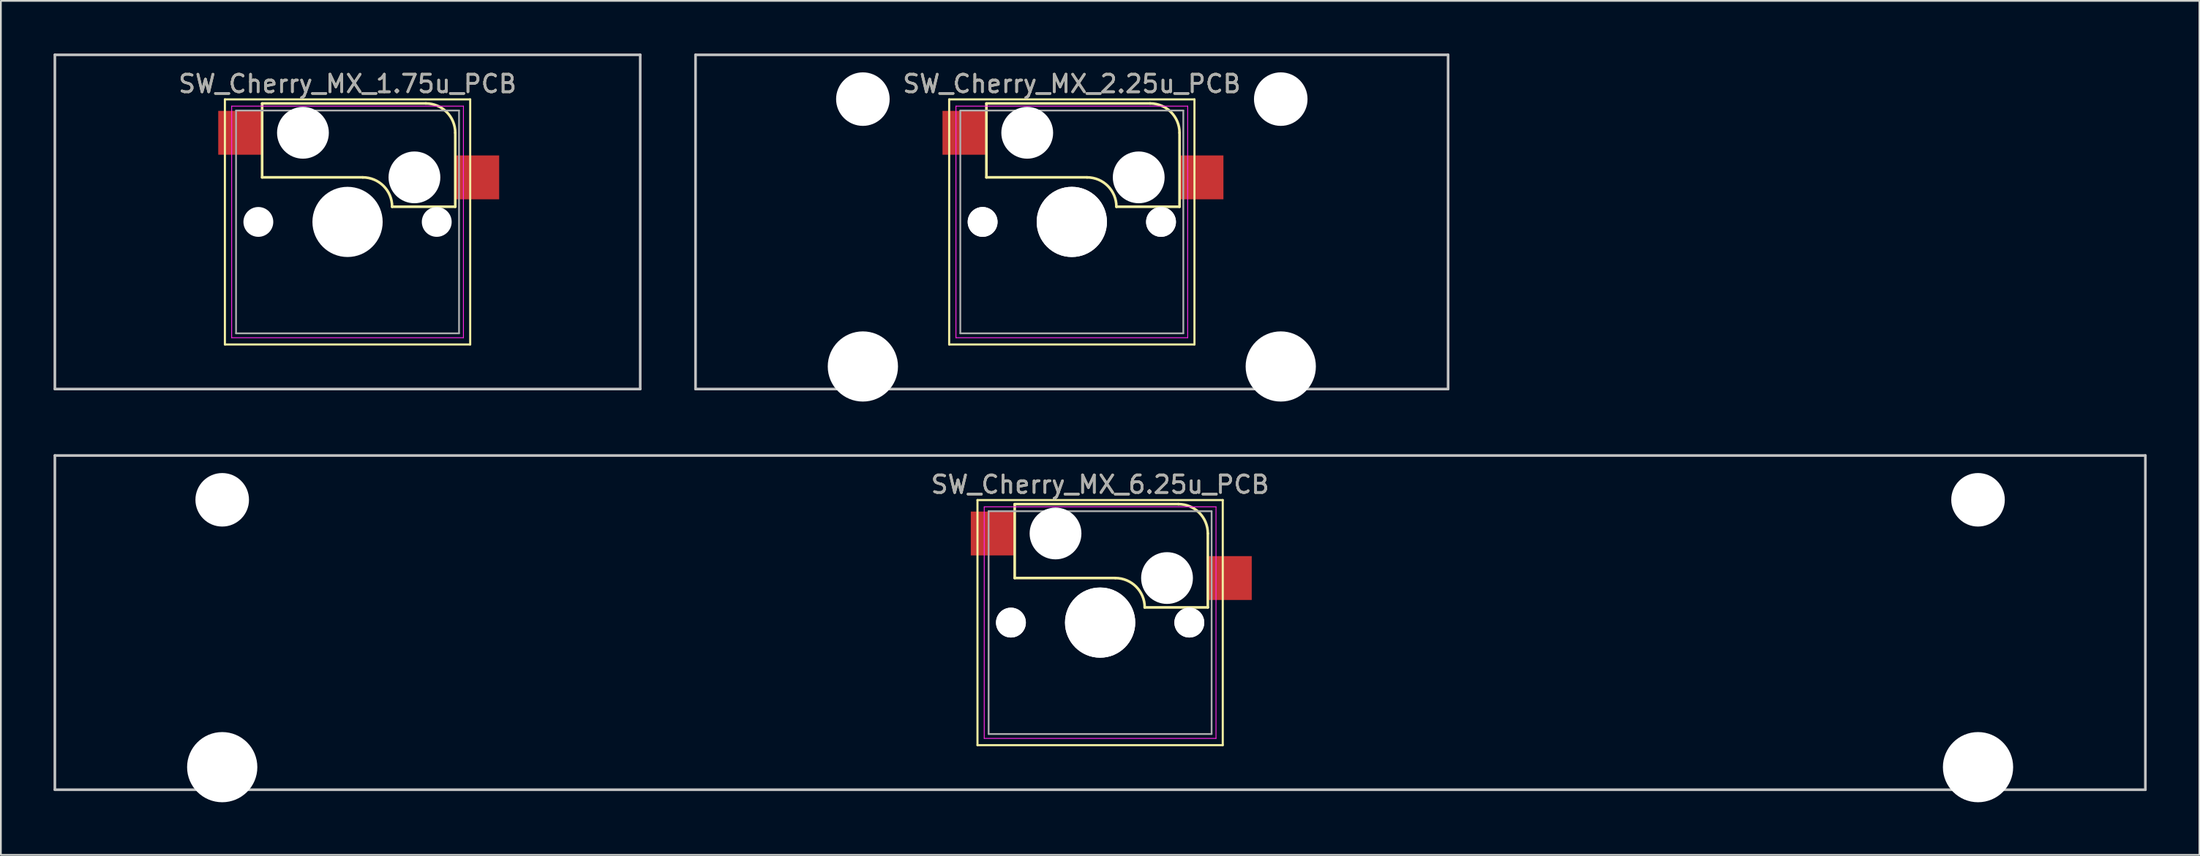
<source format=kicad_pcb>
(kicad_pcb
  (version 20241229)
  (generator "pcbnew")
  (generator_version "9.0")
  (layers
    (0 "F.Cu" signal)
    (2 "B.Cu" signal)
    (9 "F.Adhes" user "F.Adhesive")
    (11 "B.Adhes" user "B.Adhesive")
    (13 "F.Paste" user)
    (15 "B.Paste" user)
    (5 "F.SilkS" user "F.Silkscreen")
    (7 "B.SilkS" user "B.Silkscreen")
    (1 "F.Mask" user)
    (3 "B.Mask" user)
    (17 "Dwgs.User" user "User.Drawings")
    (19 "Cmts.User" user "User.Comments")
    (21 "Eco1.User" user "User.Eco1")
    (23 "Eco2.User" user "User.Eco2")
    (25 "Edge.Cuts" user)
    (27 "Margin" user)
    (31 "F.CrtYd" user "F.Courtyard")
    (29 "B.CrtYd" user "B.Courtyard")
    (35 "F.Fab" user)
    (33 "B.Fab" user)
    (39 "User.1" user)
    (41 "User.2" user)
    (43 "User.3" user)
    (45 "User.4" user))
  (footprint "SW_Cherry_MX_2.25u_PCB"
    (layer "F.Cu")
    (at 60.534 4.52)
    (property "Reference" "SW_Cherry_MX_2.25u_PCB" (at -2.54 -2.794 0) (layer "F.SilkS") (effects (font (size 1 1) (thickness 0.15))))
    (attr through_hole)
    (fp_line (start -9.525 -1.905) (end 4.445 -1.905) (stroke (width 0.12) (type solid)) (layer "F.SilkS"))
    (fp_line (start -9.525 12.065) (end -9.525 -1.905) (stroke (width 0.12) (type solid)) (layer "F.SilkS"))
    (fp_line (start -7.405 -1.67) (end -7.405 2.54) (stroke (width 0.15) (type solid)) (layer "F.SilkS"))
    (fp_line (start -1.675 2.54) (end -7.405 2.54) (stroke (width 0.15) (type solid)) (layer "F.SilkS"))
    (fp_line (start 1.92 -1.675) (end -7.405 -1.675) (stroke (width 0.15) (type solid)) (layer "F.SilkS"))
    (fp_line (start 3.595 0) (end 3.595 4.215) (stroke (width 0.15) (type solid)) (layer "F.SilkS"))
    (fp_line (start 3.595 4.215) (end 0 4.215) (stroke (width 0.15) (type solid)) (layer "F.SilkS"))
    (fp_line (start 4.445 -1.905) (end 4.445 12.065) (stroke (width 0.12) (type solid)) (layer "F.SilkS"))
    (fp_line (start 4.445 12.065) (end -9.525 12.065) (stroke (width 0.12) (type solid)) (layer "F.SilkS"))
    (fp_arc (start -1.675 2.54) (mid -0.490596 3.030596) (end 0 4.215) (stroke (width 0.15) (type solid)) (layer "F.SilkS"))
    (fp_arc (start 1.92 -1.675) (mid 3.104404 -1.184404) (end 3.595 0) (stroke (width 0.15) (type solid)) (layer "F.SilkS"))
    (fp_line (start -23.971 -4.445) (end 18.891 -4.445) (stroke (width 0.15) (type solid)) (layer "Dwgs.User"))
    (fp_line (start -23.971 14.605) (end -23.971 -4.445) (stroke (width 0.15) (type solid)) (layer "Dwgs.User"))
    (fp_line (start 18.891 -4.445) (end 18.891 14.605) (stroke (width 0.15) (type solid)) (layer "Dwgs.User"))
    (fp_line (start 18.891 14.605) (end -23.971 14.605) (stroke (width 0.15) (type solid)) (layer "Dwgs.User"))
    (fp_line (start -9.14 -1.52) (end 4.06 -1.52) (stroke (width 0.05) (type solid)) (layer "F.CrtYd"))
    (fp_line (start -9.14 11.68) (end -9.14 -1.52) (stroke (width 0.05) (type solid)) (layer "F.CrtYd"))
    (fp_line (start 4.06 -1.52) (end 4.06 11.68) (stroke (width 0.05) (type solid)) (layer "F.CrtYd"))
    (fp_line (start 4.06 11.68) (end -9.14 11.68) (stroke (width 0.05) (type solid)) (layer "F.CrtYd"))
    (fp_line (start -8.89 -1.27) (end 3.81 -1.27) (stroke (width 0.1) (type solid)) (layer "F.Fab"))
    (fp_line (start -8.89 11.43) (end -8.89 -1.27) (stroke (width 0.1) (type solid)) (layer "F.Fab"))
    (fp_line (start 3.81 -1.27) (end 3.81 11.43) (stroke (width 0.1) (type solid)) (layer "F.Fab"))
    (fp_line (start 3.81 11.43) (end -8.89 11.43) (stroke (width 0.1) (type solid)) (layer "F.Fab"))
    (fp_text user "${REFERENCE}" (at -2.54 -2.794 0) (layer "F.Fab") (effects (font (size 1 1) (thickness 0.15))))
    (pad "" np_thru_hole circle (at -14.44 -1.92) (size 3.05 3.05) (drill 3.05) (layers "*.Cu" "*.Mask"))
    (pad "" np_thru_hole circle (at -14.44 13.32) (size 4 4) (drill 4) (layers "*.Cu" "*.Mask"))
    (pad "" np_thru_hole circle (at -7.62 5.08) (size 1.7 1.7) (drill 1.7) (layers "*.Cu" "*.Mask"))
    (pad "" np_thru_hole circle (at -7.62 5.08) (size 1.7 1.7) (drill 1.7) (layers "*.Cu" "*.Mask"))
    (pad "" np_thru_hole circle (at -5.08 0) (size 2.95 2.95) (drill 2.95) (layers "*.Cu" "*.Mask"))
    (pad "" np_thru_hole circle (at -2.54 5.08) (size 4 4) (drill 4) (layers "*.Cu" "*.Mask"))
    (pad "" np_thru_hole circle (at -2.54 5.08) (size 4 4) (drill 4) (layers "*.Cu" "*.Mask"))
    (pad "" np_thru_hole circle (at 1.27 2.54) (size 2.95 2.95) (drill 2.95) (layers "*.Cu" "*.Mask"))
    (pad "" np_thru_hole circle (at 2.54 5.08) (size 1.7 1.7) (drill 1.7) (layers "*.Cu" "*.Mask"))
    (pad "" np_thru_hole circle (at 2.54 5.08) (size 1.7 1.7) (drill 1.7) (layers "*.Cu" "*.Mask"))
    (pad "" np_thru_hole circle (at 9.36 -1.92) (size 3.05 3.05) (drill 3.05) (layers "*.Cu" "*.Mask"))
    (pad "" np_thru_hole circle (at 9.36 13.32) (size 4 4) (drill 4) (layers "*.Cu" "*.Mask"))
    (pad "1" smd rect (at -8.63 0) (size 2.55 2.5) (layers "F.Cu" "F.Mask" "F.Paste"))
    (pad "2" smd rect (at 4.82 2.54) (size 2.55 2.5) (layers "F.Cu" "F.Mask" "F.Paste")))
  (footprint "SW_Cherry_MX_1.75u_PCB"
    (layer "F.Cu")
    (at 19.284 4.52)
    (property "Reference" "SW_Cherry_MX_1.75u_PCB" (at -2.54 -2.794 0) (layer "F.SilkS") (effects (font (size 1 1) (thickness 0.15))))
    (attr through_hole)
    (fp_line (start -9.525 -1.905) (end 4.445 -1.905) (stroke (width 0.12) (type solid)) (layer "F.SilkS"))
    (fp_line (start -9.525 12.065) (end -9.525 -1.905) (stroke (width 0.12) (type solid)) (layer "F.SilkS"))
    (fp_line (start -7.405 -1.67) (end -7.405 2.54) (stroke (width 0.15) (type solid)) (layer "F.SilkS"))
    (fp_line (start -1.675 2.54) (end -7.405 2.54) (stroke (width 0.15) (type solid)) (layer "F.SilkS"))
    (fp_line (start 1.92 -1.675) (end -7.405 -1.675) (stroke (width 0.15) (type solid)) (layer "F.SilkS"))
    (fp_line (start 3.595 0) (end 3.595 4.215) (stroke (width 0.15) (type solid)) (layer "F.SilkS"))
    (fp_line (start 3.595 4.215) (end 0 4.215) (stroke (width 0.15) (type solid)) (layer "F.SilkS"))
    (fp_line (start 4.445 -1.905) (end 4.445 12.065) (stroke (width 0.12) (type solid)) (layer "F.SilkS"))
    (fp_line (start 4.445 12.065) (end -9.525 12.065) (stroke (width 0.12) (type solid)) (layer "F.SilkS"))
    (fp_arc (start -1.675 2.54) (mid -0.490596 3.030596) (end 0 4.215) (stroke (width 0.15) (type solid)) (layer "F.SilkS"))
    (fp_arc (start 1.92 -1.675) (mid 3.104404 -1.184404) (end 3.595 0) (stroke (width 0.15) (type solid)) (layer "F.SilkS"))
    (fp_line (start -19.209 -4.445) (end 14.129 -4.445) (stroke (width 0.15) (type solid)) (layer "Dwgs.User"))
    (fp_line (start -19.209 14.605) (end -19.209 -4.445) (stroke (width 0.15) (type solid)) (layer "Dwgs.User"))
    (fp_line (start 14.129 -4.445) (end 14.129 14.605) (stroke (width 0.15) (type solid)) (layer "Dwgs.User"))
    (fp_line (start 14.129 14.605) (end -19.209 14.605) (stroke (width 0.15) (type solid)) (layer "Dwgs.User"))
    (fp_line (start -9.14 -1.52) (end 4.06 -1.52) (stroke (width 0.05) (type solid)) (layer "F.CrtYd"))
    (fp_line (start -9.14 11.68) (end -9.14 -1.52) (stroke (width 0.05) (type solid)) (layer "F.CrtYd"))
    (fp_line (start 4.06 -1.52) (end 4.06 11.68) (stroke (width 0.05) (type solid)) (layer "F.CrtYd"))
    (fp_line (start 4.06 11.68) (end -9.14 11.68) (stroke (width 0.05) (type solid)) (layer "F.CrtYd"))
    (fp_line (start -8.89 -1.27) (end 3.81 -1.27) (stroke (width 0.1) (type solid)) (layer "F.Fab"))
    (fp_line (start -8.89 11.43) (end -8.89 -1.27) (stroke (width 0.1) (type solid)) (layer "F.Fab"))
    (fp_line (start 3.81 -1.27) (end 3.81 11.43) (stroke (width 0.1) (type solid)) (layer "F.Fab"))
    (fp_line (start 3.81 11.43) (end -8.89 11.43) (stroke (width 0.1) (type solid)) (layer "F.Fab"))
    (fp_text user "${REFERENCE}" (at -2.54 -2.794 0) (layer "F.Fab") (effects (font (size 1 1) (thickness 0.15))))
    (pad "" np_thru_hole circle (at -7.62 5.08) (size 1.7 1.7) (drill 1.7) (layers "*.Cu" "*.Mask"))
    (pad "" np_thru_hole circle (at -5.08 0) (size 2.95 2.95) (drill 2.95) (layers "*.Cu" "*.Mask"))
    (pad "" np_thru_hole circle (at -2.54 5.08) (size 4 4) (drill 4) (layers "*.Cu" "*.Mask"))
    (pad "" np_thru_hole circle (at 1.27 2.54) (size 2.95 2.95) (drill 2.95) (layers "*.Cu" "*.Mask"))
    (pad "" np_thru_hole circle (at 2.54 5.08) (size 1.7 1.7) (drill 1.7) (layers "*.Cu" "*.Mask"))
    (pad "1" smd rect (at -8.63 0) (size 2.55 2.5) (layers "F.Cu" "F.Mask" "F.Paste"))
    (pad "2" smd rect (at 4.82 2.54) (size 2.55 2.5) (layers "F.Cu" "F.Mask" "F.Paste")))
  (footprint "SW_Cherry_MX_6.25u_PCB"
    (layer "F.Cu")
    (at 62.146 27.36)
    (property "Reference" "SW_Cherry_MX_6.25u_PCB" (at -2.54 -2.794 0) (layer "F.SilkS") (effects (font (size 1 1) (thickness 0.15))))
    (attr through_hole)
    (fp_line (start -9.525 -1.905) (end 4.445 -1.905) (stroke (width 0.12) (type solid)) (layer "F.SilkS"))
    (fp_line (start -9.525 12.065) (end -9.525 -1.905) (stroke (width 0.12) (type solid)) (layer "F.SilkS"))
    (fp_line (start -7.405 -1.67) (end -7.405 2.54) (stroke (width 0.15) (type solid)) (layer "F.SilkS"))
    (fp_line (start -1.675 2.54) (end -7.405 2.54) (stroke (width 0.15) (type solid)) (layer "F.SilkS"))
    (fp_line (start 1.92 -1.675) (end -7.405 -1.675) (stroke (width 0.15) (type solid)) (layer "F.SilkS"))
    (fp_line (start 3.595 0) (end 3.595 4.215) (stroke (width 0.15) (type solid)) (layer "F.SilkS"))
    (fp_line (start 3.595 4.215) (end 0 4.215) (stroke (width 0.15) (type solid)) (layer "F.SilkS"))
    (fp_line (start 4.445 -1.905) (end 4.445 12.065) (stroke (width 0.12) (type solid)) (layer "F.SilkS"))
    (fp_line (start 4.445 12.065) (end -9.525 12.065) (stroke (width 0.12) (type solid)) (layer "F.SilkS"))
    (fp_arc (start -1.675 2.54) (mid -0.490596 3.030596) (end 0 4.215) (stroke (width 0.15) (type solid)) (layer "F.SilkS"))
    (fp_arc (start 1.92 -1.675) (mid 3.104404 -1.184404) (end 3.595 0) (stroke (width 0.15) (type solid)) (layer "F.SilkS"))
    (fp_line (start -62.071 -4.445) (end 56.991 -4.445) (stroke (width 0.15) (type solid)) (layer "Dwgs.User"))
    (fp_line (start -62.071 14.605) (end -62.071 -4.445) (stroke (width 0.15) (type solid)) (layer "Dwgs.User"))
    (fp_line (start 56.991 -4.445) (end 56.991 14.605) (stroke (width 0.15) (type solid)) (layer "Dwgs.User"))
    (fp_line (start 56.991 14.605) (end -62.071 14.605) (stroke (width 0.15) (type solid)) (layer "Dwgs.User"))
    (fp_line (start -9.14 -1.52) (end 4.06 -1.52) (stroke (width 0.05) (type solid)) (layer "F.CrtYd"))
    (fp_line (start -9.14 11.68) (end -9.14 -1.52) (stroke (width 0.05) (type solid)) (layer "F.CrtYd"))
    (fp_line (start 4.06 -1.52) (end 4.06 11.68) (stroke (width 0.05) (type solid)) (layer "F.CrtYd"))
    (fp_line (start 4.06 11.68) (end -9.14 11.68) (stroke (width 0.05) (type solid)) (layer "F.CrtYd"))
    (fp_line (start -8.89 -1.27) (end 3.81 -1.27) (stroke (width 0.1) (type solid)) (layer "F.Fab"))
    (fp_line (start -8.89 11.43) (end -8.89 -1.27) (stroke (width 0.1) (type solid)) (layer "F.Fab"))
    (fp_line (start 3.81 -1.27) (end 3.81 11.43) (stroke (width 0.1) (type solid)) (layer "F.Fab"))
    (fp_line (start 3.81 11.43) (end -8.89 11.43) (stroke (width 0.1) (type solid)) (layer "F.Fab"))
    (fp_text user "${REFERENCE}" (at -2.54 -2.794 0) (layer "F.Fab") (effects (font (size 1 1) (thickness 0.15))))
    (pad "" np_thru_hole circle (at -52.54 -1.92) (size 3.05 3.05) (drill 3.05) (layers "*.Cu" "*.Mask"))
    (pad "" np_thru_hole circle (at -52.54 13.32) (size 4 4) (drill 4) (layers "*.Cu" "*.Mask"))
    (pad "" np_thru_hole circle (at -7.62 5.08) (size 1.7 1.7) (drill 1.7) (layers "*.Cu" "*.Mask"))
    (pad "" np_thru_hole circle (at -7.62 5.08) (size 1.7 1.7) (drill 1.7) (layers "*.Cu" "*.Mask"))
    (pad "" np_thru_hole circle (at -5.08 0) (size 2.95 2.95) (drill 2.95) (layers "*.Cu" "*.Mask"))
    (pad "" np_thru_hole circle (at -2.54 5.08) (size 4 4) (drill 4) (layers "*.Cu" "*.Mask"))
    (pad "" np_thru_hole circle (at -2.54 5.08) (size 4 4) (drill 4) (layers "*.Cu" "*.Mask"))
    (pad "" np_thru_hole circle (at 1.27 2.54) (size 2.95 2.95) (drill 2.95) (layers "*.Cu" "*.Mask"))
    (pad "" np_thru_hole circle (at 2.54 5.08) (size 1.7 1.7) (drill 1.7) (layers "*.Cu" "*.Mask"))
    (pad "" np_thru_hole circle (at 2.54 5.08) (size 1.7 1.7) (drill 1.7) (layers "*.Cu" "*.Mask"))
    (pad "" np_thru_hole circle (at 47.46 -1.92) (size 3.05 3.05) (drill 3.05) (layers "*.Cu" "*.Mask"))
    (pad "" np_thru_hole circle (at 47.46 13.32) (size 4 4) (drill 4) (layers "*.Cu" "*.Mask"))
    (pad "1" smd rect (at -8.63 0) (size 2.55 2.5) (layers "F.Cu" "F.Mask" "F.Paste"))
    (pad "2" smd rect (at 4.82 2.54) (size 2.55 2.5) (layers "F.Cu" "F.Mask" "F.Paste")))
  (gr_rect
    (start -3 -3)
    (end 122.213 45.68)
    (stroke (width 0.1) (type default))
    (fill no)
    (layer "Edge.Cuts")))
</source>
